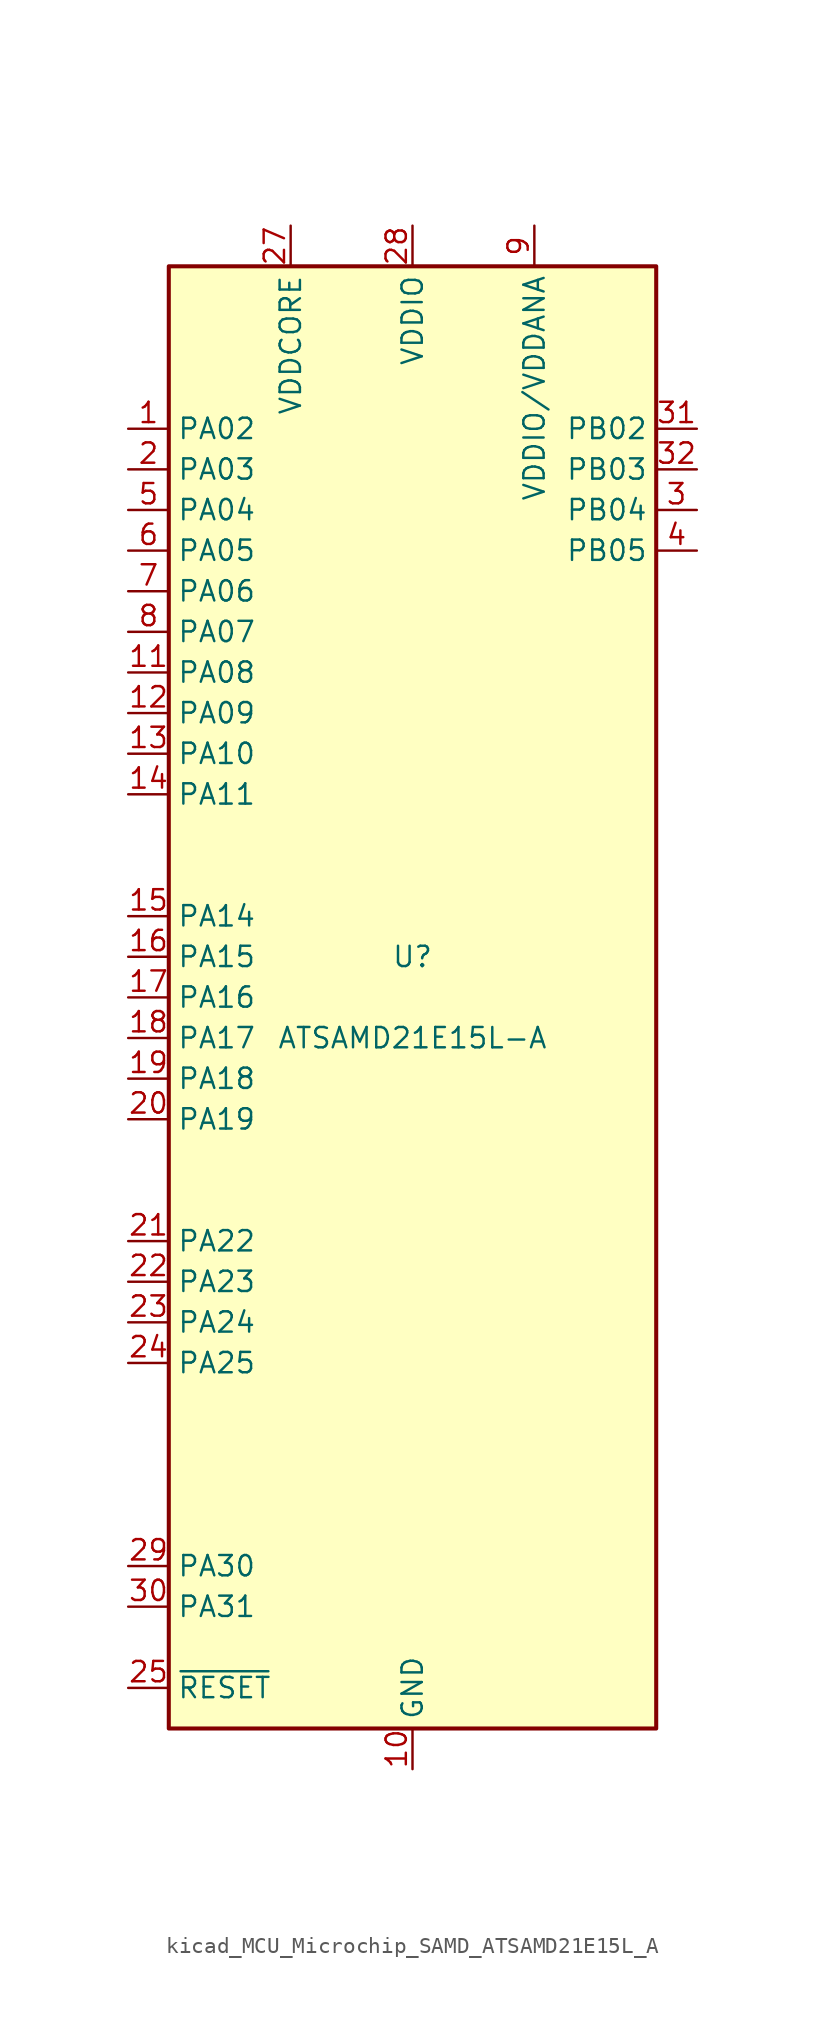
<source format=kicad_sym>
(kicad_symbol_lib
  (version 20220914)
  (generator kicad_symbol_editor)
  (symbol "kicad_MCU_Microchip_SAMD_ATSAMD21E15L_A"
    (property "Reference" "U"
      (at 0 2.54 0)
      (effects (font (size 1.27 1.27))))
    (property "Value" "ATSAMD21E15L-A"
      (at 0 -2.54 0)
      (effects (font (size 1.27 1.27))))
    (symbol "kicad_MCU_Microchip_SAMD_ATSAMD21E15L_A_1_1"
      (rectangle (start -15.24 45.72) (end 15.24 -45.72) (stroke (width 0.254) (type default)) (fill (type background)))
      (pin bidirectional line (at -17.78 35.56 0) (length 2.54) (name "PA02" (effects (font (size 1.27 1.27)))) (number "1" (effects (font (size 1.27 1.27)))))
      (pin power_in line (at 0 -48.26 90) (length 2.54) (name "GND" (effects (font (size 1.27 1.27)))) (number "10" (effects (font (size 1.27 1.27)))))
      (pin bidirectional line (at -17.78 20.32 0) (length 2.54) (name "PA08" (effects (font (size 1.27 1.27)))) (number "11" (effects (font (size 1.27 1.27)))))
      (pin bidirectional line (at -17.78 17.78 0) (length 2.54) (name "PA09" (effects (font (size 1.27 1.27)))) (number "12" (effects (font (size 1.27 1.27)))))
      (pin bidirectional line (at -17.78 15.24 0) (length 2.54) (name "PA10" (effects (font (size 1.27 1.27)))) (number "13" (effects (font (size 1.27 1.27)))))
      (pin bidirectional line (at -17.78 12.7 0) (length 2.54) (name "PA11" (effects (font (size 1.27 1.27)))) (number "14" (effects (font (size 1.27 1.27)))))
      (pin bidirectional line (at -17.78 5.08 0) (length 2.54) (name "PA14" (effects (font (size 1.27 1.27)))) (number "15" (effects (font (size 1.27 1.27)))))
      (pin bidirectional line (at -17.78 2.54 0) (length 2.54) (name "PA15" (effects (font (size 1.27 1.27)))) (number "16" (effects (font (size 1.27 1.27)))))
      (pin bidirectional line (at -17.78 0 0) (length 2.54) (name "PA16" (effects (font (size 1.27 1.27)))) (number "17" (effects (font (size 1.27 1.27)))))
      (pin bidirectional line (at -17.78 -2.54 0) (length 2.54) (name "PA17" (effects (font (size 1.27 1.27)))) (number "18" (effects (font (size 1.27 1.27)))))
      (pin bidirectional line (at -17.78 -5.08 0) (length 2.54) (name "PA18" (effects (font (size 1.27 1.27)))) (number "19" (effects (font (size 1.27 1.27)))))
      (pin bidirectional line (at -17.78 33.02 0) (length 2.54) (name "PA03" (effects (font (size 1.27 1.27)))) (number "2" (effects (font (size 1.27 1.27)))))
      (pin bidirectional line (at -17.78 -7.62 0) (length 2.54) (name "PA19" (effects (font (size 1.27 1.27)))) (number "20" (effects (font (size 1.27 1.27)))))
      (pin bidirectional line (at -17.78 -15.24 0) (length 2.54) (name "PA22" (effects (font (size 1.27 1.27)))) (number "21" (effects (font (size 1.27 1.27)))))
      (pin bidirectional line (at -17.78 -17.78 0) (length 2.54) (name "PA23" (effects (font (size 1.27 1.27)))) (number "22" (effects (font (size 1.27 1.27)))))
      (pin bidirectional line (at -17.78 -20.32 0) (length 2.54) (name "PA24" (effects (font (size 1.27 1.27)))) (number "23" (effects (font (size 1.27 1.27)))))
      (pin bidirectional line (at -17.78 -22.86 0) (length 2.54) (name "PA25" (effects (font (size 1.27 1.27)))) (number "24" (effects (font (size 1.27 1.27)))))
      (pin input line (at -17.78 -43.18 0) (length 2.54) (name "~{RESET}" (effects (font (size 1.27 1.27)))) (number "25" (effects (font (size 1.27 1.27)))))
      (pin passive line (at 0 -48.26 90) (length 2.54) hide (name "GND" (effects (font (size 1.27 1.27)))) (number "26" (effects (font (size 1.27 1.27)))))
      (pin power_out line (at -7.62 48.26 270) (length 2.54) (name "VDDCORE" (effects (font (size 1.27 1.27)))) (number "27" (effects (font (size 1.27 1.27)))))
      (pin power_in line (at 0 48.26 270) (length 2.54) (name "VDDIO" (effects (font (size 1.27 1.27)))) (number "28" (effects (font (size 1.27 1.27)))))
      (pin bidirectional line (at -17.78 -35.56 0) (length 2.54) (name "PA30" (effects (font (size 1.27 1.27)))) (number "29" (effects (font (size 1.27 1.27)))))
      (pin bidirectional line (at 17.78 30.48 180) (length 2.54) (name "PB04" (effects (font (size 1.27 1.27)))) (number "3" (effects (font (size 1.27 1.27)))))
      (pin bidirectional line (at -17.78 -38.1 0) (length 2.54) (name "PA31" (effects (font (size 1.27 1.27)))) (number "30" (effects (font (size 1.27 1.27)))))
      (pin bidirectional line (at 17.78 35.56 180) (length 2.54) (name "PB02" (effects (font (size 1.27 1.27)))) (number "31" (effects (font (size 1.27 1.27)))))
      (pin bidirectional line (at 17.78 33.02 180) (length 2.54) (name "PB03" (effects (font (size 1.27 1.27)))) (number "32" (effects (font (size 1.27 1.27)))))
      (pin bidirectional line (at 17.78 27.94 180) (length 2.54) (name "PB05" (effects (font (size 1.27 1.27)))) (number "4" (effects (font (size 1.27 1.27)))))
      (pin bidirectional line (at -17.78 30.48 0) (length 2.54) (name "PA04" (effects (font (size 1.27 1.27)))) (number "5" (effects (font (size 1.27 1.27)))))
      (pin bidirectional line (at -17.78 27.94 0) (length 2.54) (name "PA05" (effects (font (size 1.27 1.27)))) (number "6" (effects (font (size 1.27 1.27)))))
      (pin bidirectional line (at -17.78 25.4 0) (length 2.54) (name "PA06" (effects (font (size 1.27 1.27)))) (number "7" (effects (font (size 1.27 1.27)))))
      (pin bidirectional line (at -17.78 22.86 0) (length 2.54) (name "PA07" (effects (font (size 1.27 1.27)))) (number "8" (effects (font (size 1.27 1.27)))))
      (pin power_in line (at 7.62 48.26 270) (length 2.54) (name "VDDIO/VDDANA" (effects (font (size 1.27 1.27)))) (number "9" (effects (font (size 1.27 1.27))))))))
</source>
